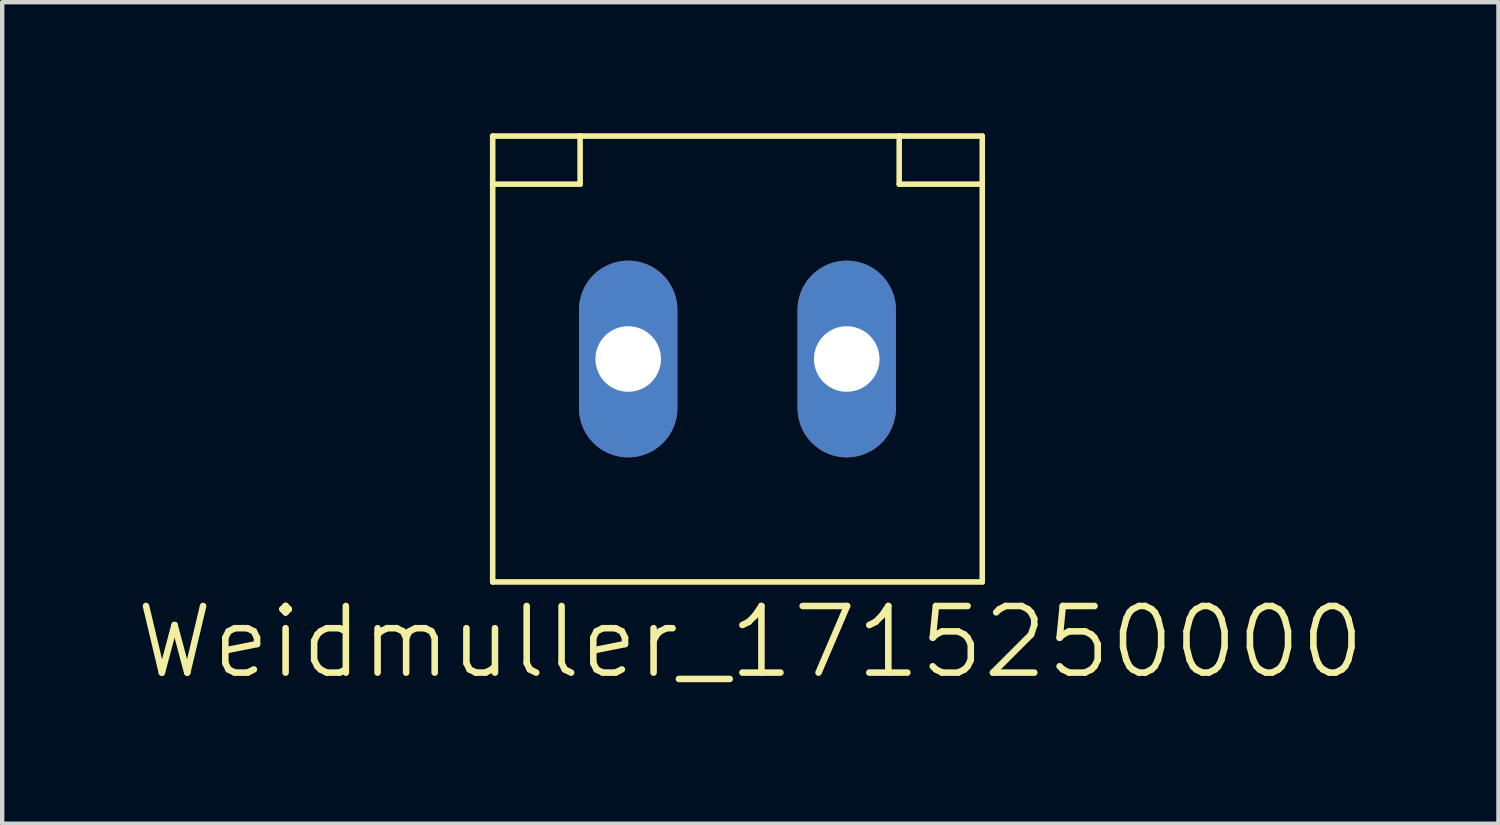
<source format=kicad_pcb>
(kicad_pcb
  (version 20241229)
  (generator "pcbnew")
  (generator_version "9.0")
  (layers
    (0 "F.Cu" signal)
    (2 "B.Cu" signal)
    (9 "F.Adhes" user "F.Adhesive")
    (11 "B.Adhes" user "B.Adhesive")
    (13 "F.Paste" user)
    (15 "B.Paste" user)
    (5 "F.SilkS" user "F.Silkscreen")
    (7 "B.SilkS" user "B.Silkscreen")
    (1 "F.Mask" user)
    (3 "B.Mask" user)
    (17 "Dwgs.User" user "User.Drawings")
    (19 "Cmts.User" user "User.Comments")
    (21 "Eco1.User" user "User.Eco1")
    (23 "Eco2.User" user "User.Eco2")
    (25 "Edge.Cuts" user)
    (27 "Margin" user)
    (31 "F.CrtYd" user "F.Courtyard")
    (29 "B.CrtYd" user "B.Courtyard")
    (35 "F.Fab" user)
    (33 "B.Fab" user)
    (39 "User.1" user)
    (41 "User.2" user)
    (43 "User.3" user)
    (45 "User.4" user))
  (footprint "Weidmuller_1715250000"
    (layer "F.Cu")
    (at 11.321 5.163)
    (property "Reference" "Weidmuller_1715250000" (at 2.794 6.477 0) (layer "F.SilkS") (effects (font (size 1.524 1.524) (thickness 0.15))))
    (attr through_hole)
    (fp_line (start -3.1 -5.1) (end -3.1 -4) (stroke (width 0.127) (type solid)) (layer "F.SilkS"))
    (fp_line (start -3.1 -4) (end -3.1 5.1) (stroke (width 0.127) (type solid)) (layer "F.SilkS"))
    (fp_line (start -3.1 -4) (end -1.1 -4) (stroke (width 0.127) (type solid)) (layer "F.SilkS"))
    (fp_line (start -3.1 5.1) (end 8.1 5.1) (stroke (width 0.127) (type solid)) (layer "F.SilkS"))
    (fp_line (start -1.1 -5.1) (end -3.1 -5.1) (stroke (width 0.127) (type solid)) (layer "F.SilkS"))
    (fp_line (start -1.1 -4) (end -1.1 -5.1) (stroke (width 0.127) (type solid)) (layer "F.SilkS"))
    (fp_line (start 6.2 -5.1) (end -1.1 -5.1) (stroke (width 0.127) (type solid)) (layer "F.SilkS"))
    (fp_line (start 6.2 -5.1) (end 6.2 -4) (stroke (width 0.127) (type solid)) (layer "F.SilkS"))
    (fp_line (start 6.2 -4) (end 8.1 -4) (stroke (width 0.127) (type solid)) (layer "F.SilkS"))
    (fp_line (start 8.1 -5.1) (end 6.2 -5.1) (stroke (width 0.127) (type solid)) (layer "F.SilkS"))
    (fp_line (start 8.1 -4) (end 8.1 -5.1) (stroke (width 0.127) (type solid)) (layer "F.SilkS"))
    (fp_line (start 8.1 5.1) (end 8.1 -4) (stroke (width 0.127) (type solid)) (layer "F.SilkS"))
    (pad "1" thru_hole oval (at 0 0 90) (size 4.5 2.25) (drill 1.5) (layers "*.Cu" "*.Mask"))
    (pad "2" thru_hole oval (at 5 0 90) (size 4.5 2.25) (drill 1.5) (layers "*.Cu" "*.Mask")))
  (gr_rect
    (start -3 -3)
    (end 31.23 15.795)
    (stroke (width 0.1) (type default))
    (fill no)
    (layer "Edge.Cuts")))
</source>
